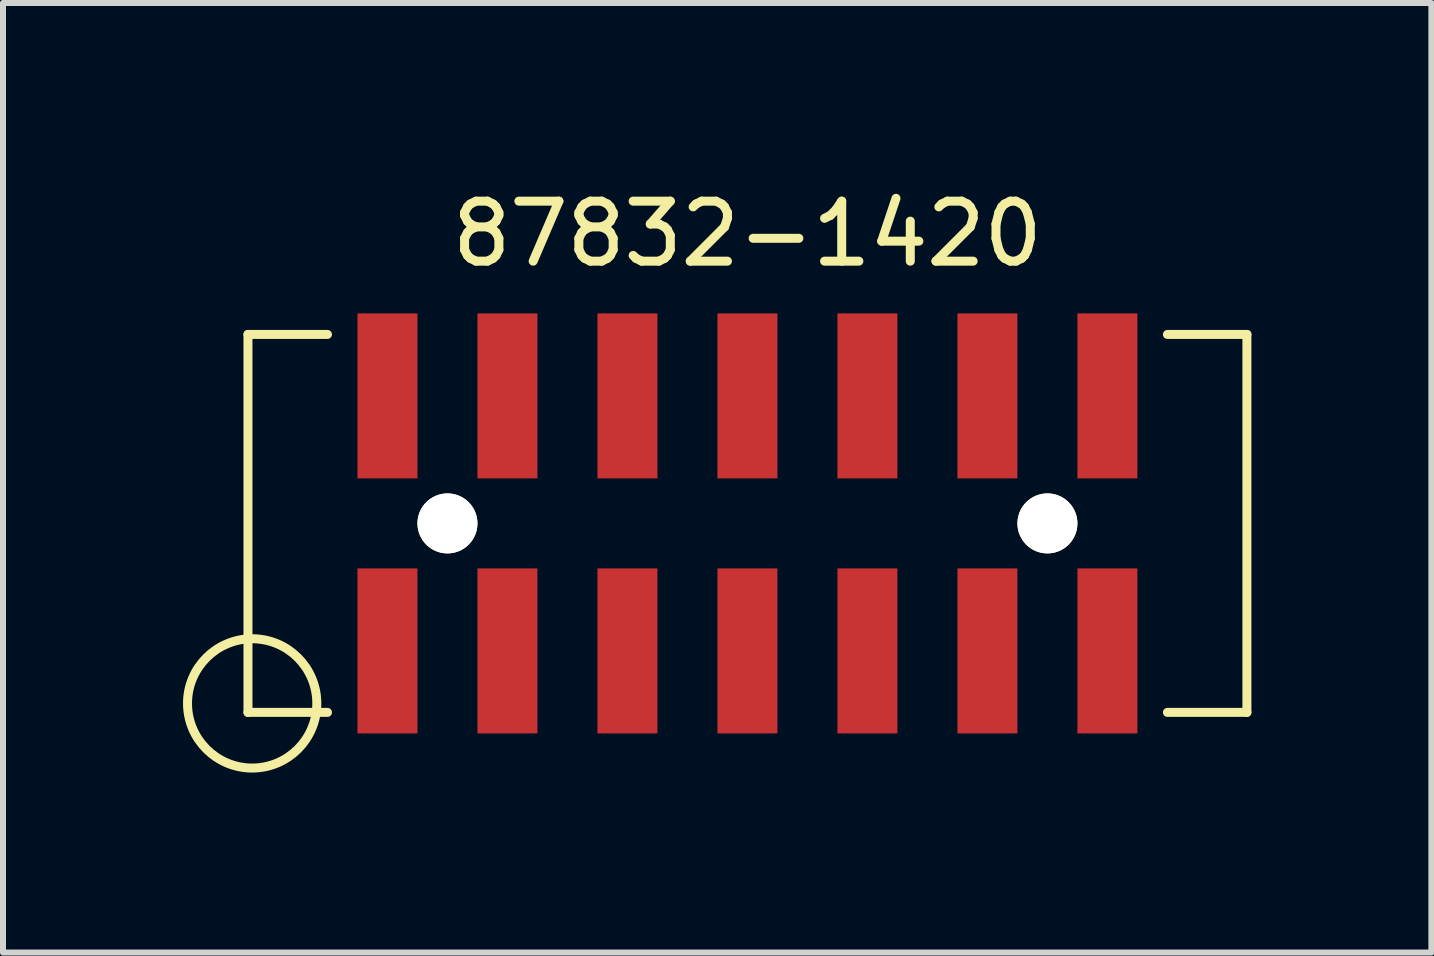
<source format=kicad_pcb>
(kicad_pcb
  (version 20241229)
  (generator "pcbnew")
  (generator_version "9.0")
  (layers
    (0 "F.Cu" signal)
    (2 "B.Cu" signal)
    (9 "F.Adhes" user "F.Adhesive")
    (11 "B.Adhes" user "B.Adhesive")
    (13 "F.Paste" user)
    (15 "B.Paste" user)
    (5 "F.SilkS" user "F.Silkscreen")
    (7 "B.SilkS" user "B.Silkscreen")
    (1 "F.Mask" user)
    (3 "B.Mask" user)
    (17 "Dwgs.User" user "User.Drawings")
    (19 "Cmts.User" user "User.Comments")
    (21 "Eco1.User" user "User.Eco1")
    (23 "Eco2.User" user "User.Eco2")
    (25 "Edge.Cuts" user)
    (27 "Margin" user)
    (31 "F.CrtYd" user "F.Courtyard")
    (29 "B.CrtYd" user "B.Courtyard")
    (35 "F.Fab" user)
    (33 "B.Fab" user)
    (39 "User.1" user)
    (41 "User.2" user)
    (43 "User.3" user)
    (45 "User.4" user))
  (footprint "87832-1420"
    (layer "F.Cu")
    (at 9.408 5.674)
    (property "Reference" "87832-1420" (at 0 -4.826 0) (layer "F.SilkS") (effects (font (size 1 1) (thickness 0.15))))
    (attr through_hole)
    (fp_line (start -8.325 -3.15) (end -8.325 3.15) (stroke (width 0.15) (type solid)) (layer "F.SilkS"))
    (fp_line (start -8.325 -3.15) (end -7 -3.15) (stroke (width 0.15) (type solid)) (layer "F.SilkS"))
    (fp_line (start -8.325 3.15) (end -7 3.15) (stroke (width 0.15) (type solid)) (layer "F.SilkS"))
    (fp_line (start 8.325 -3.15) (end 7 -3.15) (stroke (width 0.15) (type solid)) (layer "F.SilkS"))
    (fp_line (start 8.325 -3.15) (end 8.325 3.15) (stroke (width 0.15) (type solid)) (layer "F.SilkS"))
    (fp_line (start 8.325 3.15) (end 7 3.15) (stroke (width 0.15) (type solid)) (layer "F.SilkS"))
    (fp_circle (center -8.255 3) (end -7.493 2.238) (stroke (width 0.15) (type solid)) (fill no) (layer "F.SilkS"))
    (pad "" np_thru_hole circle (at -5 0) (size 1 1) (drill 1) (layers "*.Cu" "*.Mask" "F.SilkS"))
    (pad "" np_thru_hole circle (at 5 0) (size 1 1) (drill 1) (layers "*.Cu" "*.Mask" "F.SilkS"))
    (pad "1" smd rect (at -6 2.125) (size 1 2.75) (layers "F.Cu" "F.Mask" "F.Paste"))
    (pad "2" smd rect (at -6 -2.125) (size 1 2.75) (layers "F.Cu" "F.Mask" "F.Paste"))
    (pad "3" smd rect (at -4 2.125) (size 1 2.75) (layers "F.Cu" "F.Mask" "F.Paste"))
    (pad "4" smd rect (at -4 -2.125) (size 1 2.75) (layers "F.Cu" "F.Mask" "F.Paste"))
    (pad "5" smd rect (at -2 2.125) (size 1 2.75) (layers "F.Cu" "F.Mask" "F.Paste"))
    (pad "6" smd rect (at -2 -2.125) (size 1 2.75) (layers "F.Cu" "F.Mask" "F.Paste"))
    (pad "7" smd rect (at 0 2.125) (size 1 2.75) (layers "F.Cu" "F.Mask" "F.Paste"))
    (pad "8" smd rect (at 0 -2.125) (size 1 2.75) (layers "F.Cu" "F.Mask" "F.Paste"))
    (pad "9" smd rect (at 2 2.125) (size 1 2.75) (layers "F.Cu" "F.Mask" "F.Paste"))
    (pad "10" smd rect (at 2 -2.125) (size 1 2.75) (layers "F.Cu" "F.Mask" "F.Paste"))
    (pad "11" smd rect (at 4 2.125) (size 1 2.75) (layers "F.Cu" "F.Mask" "F.Paste"))
    (pad "12" smd rect (at 4 -2.125) (size 1 2.75) (layers "F.Cu" "F.Mask" "F.Paste"))
    (pad "13" smd rect (at 6 2.125) (size 1 2.75) (layers "F.Cu" "F.Mask" "F.Paste"))
    (pad "14" smd rect (at 6 -2.125) (size 1 2.75) (layers "F.Cu" "F.Mask" "F.Paste")))
  (gr_rect
    (start -3 -3)
    (end 20.808 12.827)
    (stroke (width 0.1) (type default))
    (fill no)
    (layer "Edge.Cuts")))
</source>
